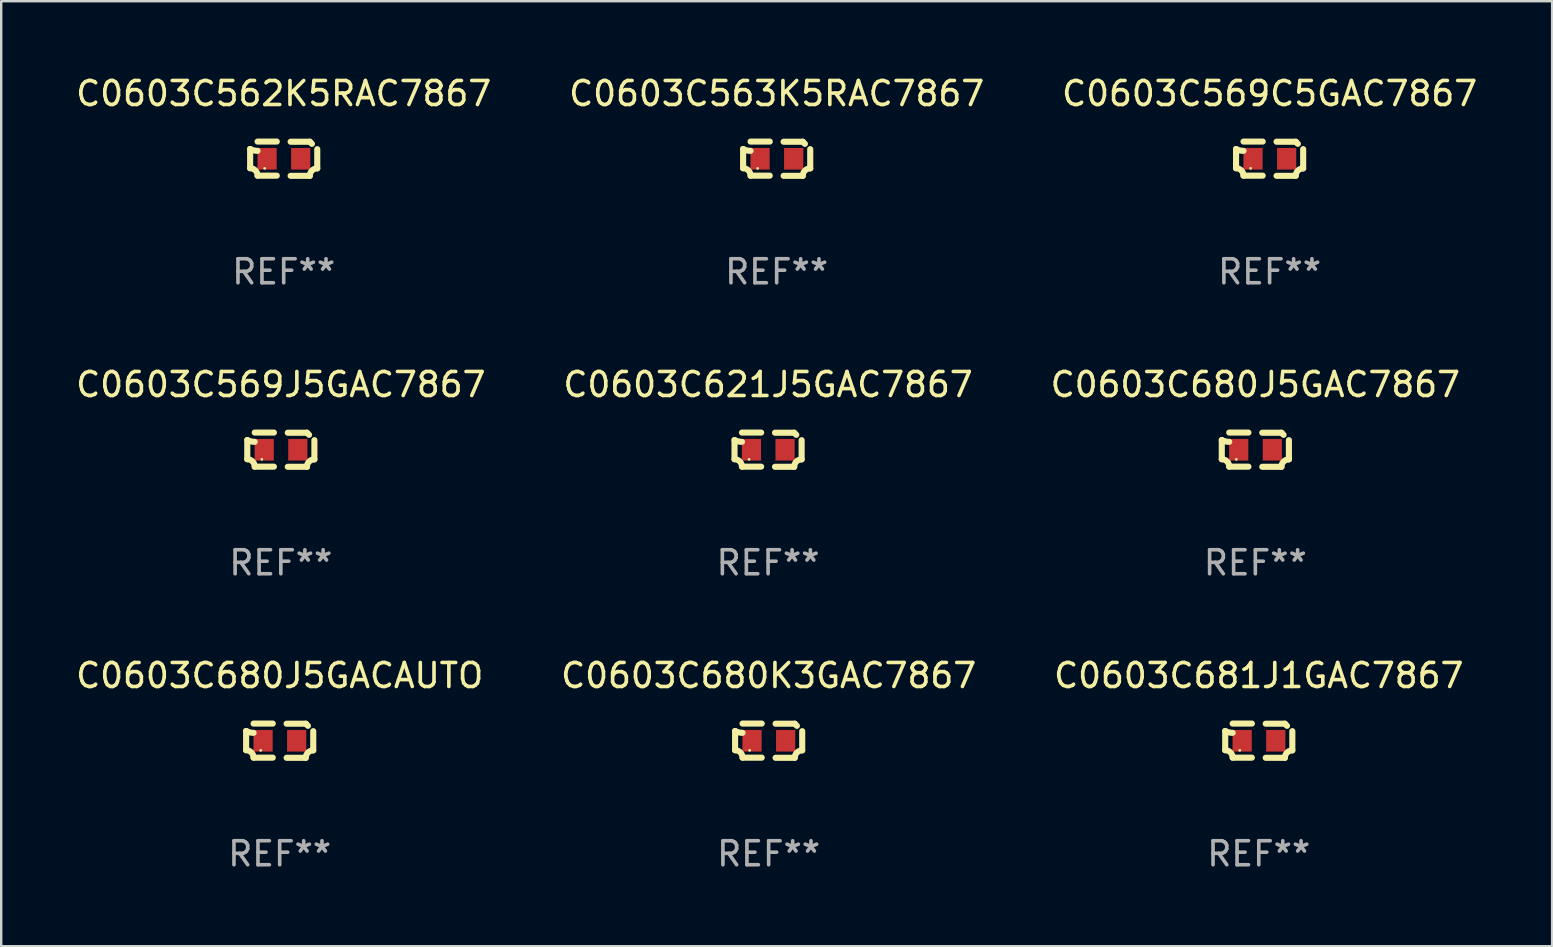
<source format=kicad_pcb>
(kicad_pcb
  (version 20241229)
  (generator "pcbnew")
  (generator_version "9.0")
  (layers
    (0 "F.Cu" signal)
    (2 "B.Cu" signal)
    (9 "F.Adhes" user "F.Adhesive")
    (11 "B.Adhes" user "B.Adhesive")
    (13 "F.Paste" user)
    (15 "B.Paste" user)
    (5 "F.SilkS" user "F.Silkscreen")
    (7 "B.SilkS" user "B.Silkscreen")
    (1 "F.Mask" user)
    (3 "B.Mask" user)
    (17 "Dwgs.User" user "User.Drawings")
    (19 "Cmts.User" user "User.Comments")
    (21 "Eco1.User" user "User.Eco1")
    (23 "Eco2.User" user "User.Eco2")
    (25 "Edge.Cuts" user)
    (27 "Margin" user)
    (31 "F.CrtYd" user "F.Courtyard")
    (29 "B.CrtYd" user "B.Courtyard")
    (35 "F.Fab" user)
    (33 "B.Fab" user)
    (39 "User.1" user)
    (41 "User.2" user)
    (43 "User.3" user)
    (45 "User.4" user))
  (footprint "C0603C569C5GAC7867"
    (layer "F.Cu")
    (at 49.839 3.561)
    (property "Reference" "C0603C569C5GAC7867" (at 0 -2.713 0) (layer "F.SilkS") (effects (font (size 1 1) (thickness 0.15))))
    (attr through_hole)
    (fp_line (start -1.398 -0.403) (end -1.398 0.397) (stroke (width 0.254) (type solid)) (layer "F.SilkS"))
    (fp_line (start -0.288 -0.713) (end -1.088 -0.713) (stroke (width 0.254) (type solid)) (layer "F.SilkS"))
    (fp_line (start -0.288 0.707) (end -1.088 0.707) (stroke (width 0.254) (type solid)) (layer "F.SilkS"))
    (fp_line (start 0.288 -0.707) (end 1.088 -0.707) (stroke (width 0.254) (type solid)) (layer "F.SilkS"))
    (fp_line (start 0.288 0.713) (end 1.088 0.713) (stroke (width 0.254) (type solid)) (layer "F.SilkS"))
    (fp_line (start 1.398 -0.397) (end 1.398 0.403) (stroke (width 0.254) (type solid)) (layer "F.SilkS"))
    (fp_arc (start -1.397789 0.397066) (mid -1.178701 0.487826) (end -1.08796 0.706922) (stroke (width 0.254001) (type solid)) (layer "F.SilkS"))
    (fp_arc (start -1.08796 -0.327176) (mid -1.247436 -0.346384) (end -1.39779 -0.402908) (stroke (width 0.254001) (type solid)) (layer "F.SilkS"))
    (fp_arc (start 1.087909 0.712738) (mid 1.178656 0.493655) (end 1.397739 0.402908) (stroke (width 0.254001) (type solid)) (layer "F.SilkS"))
    (fp_arc (start 1.175925 -0.618926) (mid 1.131917 -0.662923) (end 1.08791 -0.706922) (stroke (width 0.254001) (type solid)) (layer "F.SilkS"))
    (fp_circle (center -0.792 0.403) (end -0.762 0.403) (stroke (width 0.06) (type solid)) (fill no) (layer "F.SilkS"))
    (fp_text user "REF**" (at 0 4.713 0) (layer "F.Fab") (effects (font (size 1 1) (thickness 0.15))))
    (pad "1" smd rect (at -0.692 0.003) (size 0.8 0.9) (layers "F.Cu" "F.Mask" "F.Paste"))
    (pad "2" smd rect (at 0.708 0.003) (size 0.8 0.9) (layers "F.Cu" "F.Mask" "F.Paste")))
  (footprint "C0603C680J5GAC7867"
    (layer "F.Cu")
    (at 49.244 15.683)
    (property "Reference" "C0603C680J5GAC7867" (at 0 -2.713 0) (layer "F.SilkS") (effects (font (size 1 1) (thickness 0.15))))
    (attr through_hole)
    (fp_line (start -1.398 -0.403) (end -1.398 0.397) (stroke (width 0.254) (type solid)) (layer "F.SilkS"))
    (fp_line (start -0.288 -0.713) (end -1.088 -0.713) (stroke (width 0.254) (type solid)) (layer "F.SilkS"))
    (fp_line (start -0.288 0.707) (end -1.088 0.707) (stroke (width 0.254) (type solid)) (layer "F.SilkS"))
    (fp_line (start 0.288 -0.707) (end 1.088 -0.707) (stroke (width 0.254) (type solid)) (layer "F.SilkS"))
    (fp_line (start 0.288 0.713) (end 1.088 0.713) (stroke (width 0.254) (type solid)) (layer "F.SilkS"))
    (fp_line (start 1.398 -0.397) (end 1.398 0.403) (stroke (width 0.254) (type solid)) (layer "F.SilkS"))
    (fp_arc (start -1.397789 0.397066) (mid -1.178701 0.487826) (end -1.08796 0.706922) (stroke (width 0.254001) (type solid)) (layer "F.SilkS"))
    (fp_arc (start -1.08796 -0.327176) (mid -1.247436 -0.346384) (end -1.39779 -0.402908) (stroke (width 0.254001) (type solid)) (layer "F.SilkS"))
    (fp_arc (start 1.087909 0.712738) (mid 1.178656 0.493655) (end 1.397739 0.402908) (stroke (width 0.254001) (type solid)) (layer "F.SilkS"))
    (fp_arc (start 1.175925 -0.618926) (mid 1.131917 -0.662923) (end 1.08791 -0.706922) (stroke (width 0.254001) (type solid)) (layer "F.SilkS"))
    (fp_circle (center -0.792 0.403) (end -0.762 0.403) (stroke (width 0.06) (type solid)) (fill no) (layer "F.SilkS"))
    (fp_text user "REF**" (at 0 4.713 0) (layer "F.Fab") (effects (font (size 1 1) (thickness 0.15))))
    (pad "1" smd rect (at -0.692 0.003) (size 0.8 0.9) (layers "F.Cu" "F.Mask" "F.Paste"))
    (pad "2" smd rect (at 0.708 0.003) (size 0.8 0.9) (layers "F.Cu" "F.Mask" "F.Paste")))
  (footprint "C0603C569J5GAC7867"
    (layer "F.Cu")
    (at 8.649 15.683)
    (property "Reference" "C0603C569J5GAC7867" (at 0 -2.713 0) (layer "F.SilkS") (effects (font (size 1 1) (thickness 0.15))))
    (attr through_hole)
    (fp_line (start -1.398 -0.403) (end -1.398 0.397) (stroke (width 0.254) (type solid)) (layer "F.SilkS"))
    (fp_line (start -0.288 -0.713) (end -1.088 -0.713) (stroke (width 0.254) (type solid)) (layer "F.SilkS"))
    (fp_line (start -0.288 0.707) (end -1.088 0.707) (stroke (width 0.254) (type solid)) (layer "F.SilkS"))
    (fp_line (start 0.288 -0.707) (end 1.088 -0.707) (stroke (width 0.254) (type solid)) (layer "F.SilkS"))
    (fp_line (start 0.288 0.713) (end 1.088 0.713) (stroke (width 0.254) (type solid)) (layer "F.SilkS"))
    (fp_line (start 1.398 -0.397) (end 1.398 0.403) (stroke (width 0.254) (type solid)) (layer "F.SilkS"))
    (fp_arc (start -1.397789 0.397066) (mid -1.178701 0.487826) (end -1.08796 0.706922) (stroke (width 0.254001) (type solid)) (layer "F.SilkS"))
    (fp_arc (start -1.08796 -0.327176) (mid -1.247436 -0.346384) (end -1.39779 -0.402908) (stroke (width 0.254001) (type solid)) (layer "F.SilkS"))
    (fp_arc (start 1.087909 0.712738) (mid 1.178656 0.493655) (end 1.397739 0.402908) (stroke (width 0.254001) (type solid)) (layer "F.SilkS"))
    (fp_arc (start 1.175925 -0.618926) (mid 1.131917 -0.662923) (end 1.08791 -0.706922) (stroke (width 0.254001) (type solid)) (layer "F.SilkS"))
    (fp_circle (center -0.792 0.403) (end -0.762 0.403) (stroke (width 0.06) (type solid)) (fill no) (layer "F.SilkS"))
    (fp_text user "REF**" (at 0 4.713 0) (layer "F.Fab") (effects (font (size 1 1) (thickness 0.15))))
    (pad "1" smd rect (at -0.692 0.003) (size 0.8 0.9) (layers "F.Cu" "F.Mask" "F.Paste"))
    (pad "2" smd rect (at 0.708 0.003) (size 0.8 0.9) (layers "F.Cu" "F.Mask" "F.Paste")))
  (footprint "C0603C681J1GAC7867"
    (layer "F.Cu")
    (at 49.387 27.805)
    (property "Reference" "C0603C681J1GAC7867" (at 0 -2.713 0) (layer "F.SilkS") (effects (font (size 1 1) (thickness 0.15))))
    (attr through_hole)
    (fp_line (start -1.398 -0.403) (end -1.398 0.397) (stroke (width 0.254) (type solid)) (layer "F.SilkS"))
    (fp_line (start -0.288 -0.713) (end -1.088 -0.713) (stroke (width 0.254) (type solid)) (layer "F.SilkS"))
    (fp_line (start -0.288 0.707) (end -1.088 0.707) (stroke (width 0.254) (type solid)) (layer "F.SilkS"))
    (fp_line (start 0.288 -0.707) (end 1.088 -0.707) (stroke (width 0.254) (type solid)) (layer "F.SilkS"))
    (fp_line (start 0.288 0.713) (end 1.088 0.713) (stroke (width 0.254) (type solid)) (layer "F.SilkS"))
    (fp_line (start 1.398 -0.397) (end 1.398 0.403) (stroke (width 0.254) (type solid)) (layer "F.SilkS"))
    (fp_arc (start -1.397789 0.397066) (mid -1.178701 0.487826) (end -1.08796 0.706922) (stroke (width 0.254001) (type solid)) (layer "F.SilkS"))
    (fp_arc (start -1.08796 -0.327176) (mid -1.247436 -0.346384) (end -1.39779 -0.402908) (stroke (width 0.254001) (type solid)) (layer "F.SilkS"))
    (fp_arc (start 1.087909 0.712738) (mid 1.178656 0.493655) (end 1.397739 0.402908) (stroke (width 0.254001) (type solid)) (layer "F.SilkS"))
    (fp_arc (start 1.175925 -0.618926) (mid 1.131917 -0.662923) (end 1.08791 -0.706922) (stroke (width 0.254001) (type solid)) (layer "F.SilkS"))
    (fp_circle (center -0.792 0.403) (end -0.762 0.403) (stroke (width 0.06) (type solid)) (fill no) (layer "F.SilkS"))
    (fp_text user "REF**" (at 0 4.713 0) (layer "F.Fab") (effects (font (size 1 1) (thickness 0.15))))
    (pad "1" smd rect (at -0.692 0.003) (size 0.8 0.9) (layers "F.Cu" "F.Mask" "F.Paste"))
    (pad "2" smd rect (at 0.708 0.003) (size 0.8 0.9) (layers "F.Cu" "F.Mask" "F.Paste")))
  (footprint "C0603C680K3GAC7867"
    (layer "F.Cu")
    (at 28.97 27.805)
    (property "Reference" "C0603C680K3GAC7867" (at 0 -2.713 0) (layer "F.SilkS") (effects (font (size 1 1) (thickness 0.15))))
    (attr through_hole)
    (fp_line (start -1.398 -0.403) (end -1.398 0.397) (stroke (width 0.254) (type solid)) (layer "F.SilkS"))
    (fp_line (start -0.288 -0.713) (end -1.088 -0.713) (stroke (width 0.254) (type solid)) (layer "F.SilkS"))
    (fp_line (start -0.288 0.707) (end -1.088 0.707) (stroke (width 0.254) (type solid)) (layer "F.SilkS"))
    (fp_line (start 0.288 -0.707) (end 1.088 -0.707) (stroke (width 0.254) (type solid)) (layer "F.SilkS"))
    (fp_line (start 0.288 0.713) (end 1.088 0.713) (stroke (width 0.254) (type solid)) (layer "F.SilkS"))
    (fp_line (start 1.398 -0.397) (end 1.398 0.403) (stroke (width 0.254) (type solid)) (layer "F.SilkS"))
    (fp_arc (start -1.397789 0.397066) (mid -1.178701 0.487826) (end -1.08796 0.706922) (stroke (width 0.254001) (type solid)) (layer "F.SilkS"))
    (fp_arc (start -1.08796 -0.327176) (mid -1.247436 -0.346384) (end -1.39779 -0.402908) (stroke (width 0.254001) (type solid)) (layer "F.SilkS"))
    (fp_arc (start 1.087909 0.712738) (mid 1.178656 0.493655) (end 1.397739 0.402908) (stroke (width 0.254001) (type solid)) (layer "F.SilkS"))
    (fp_arc (start 1.175925 -0.618926) (mid 1.131917 -0.662923) (end 1.08791 -0.706922) (stroke (width 0.254001) (type solid)) (layer "F.SilkS"))
    (fp_circle (center -0.792 0.403) (end -0.762 0.403) (stroke (width 0.06) (type solid)) (fill no) (layer "F.SilkS"))
    (fp_text user "REF**" (at 0 4.713 0) (layer "F.Fab") (effects (font (size 1 1) (thickness 0.15))))
    (pad "1" smd rect (at -0.692 0.003) (size 0.8 0.9) (layers "F.Cu" "F.Mask" "F.Paste"))
    (pad "2" smd rect (at 0.708 0.003) (size 0.8 0.9) (layers "F.Cu" "F.Mask" "F.Paste")))
  (footprint "C0603C621J5GAC7867"
    (layer "F.Cu")
    (at 28.946 15.683)
    (property "Reference" "C0603C621J5GAC7867" (at 0 -2.713 0) (layer "F.SilkS") (effects (font (size 1 1) (thickness 0.15))))
    (attr through_hole)
    (fp_line (start -1.398 -0.403) (end -1.398 0.397) (stroke (width 0.254) (type solid)) (layer "F.SilkS"))
    (fp_line (start -0.288 -0.713) (end -1.088 -0.713) (stroke (width 0.254) (type solid)) (layer "F.SilkS"))
    (fp_line (start -0.288 0.707) (end -1.088 0.707) (stroke (width 0.254) (type solid)) (layer "F.SilkS"))
    (fp_line (start 0.288 -0.707) (end 1.088 -0.707) (stroke (width 0.254) (type solid)) (layer "F.SilkS"))
    (fp_line (start 0.288 0.713) (end 1.088 0.713) (stroke (width 0.254) (type solid)) (layer "F.SilkS"))
    (fp_line (start 1.398 -0.397) (end 1.398 0.403) (stroke (width 0.254) (type solid)) (layer "F.SilkS"))
    (fp_arc (start -1.397789 0.397066) (mid -1.178701 0.487826) (end -1.08796 0.706922) (stroke (width 0.254001) (type solid)) (layer "F.SilkS"))
    (fp_arc (start -1.08796 -0.327176) (mid -1.247436 -0.346384) (end -1.39779 -0.402908) (stroke (width 0.254001) (type solid)) (layer "F.SilkS"))
    (fp_arc (start 1.087909 0.712738) (mid 1.178656 0.493655) (end 1.397739 0.402908) (stroke (width 0.254001) (type solid)) (layer "F.SilkS"))
    (fp_arc (start 1.175925 -0.618926) (mid 1.131917 -0.662923) (end 1.08791 -0.706922) (stroke (width 0.254001) (type solid)) (layer "F.SilkS"))
    (fp_circle (center -0.792 0.403) (end -0.762 0.403) (stroke (width 0.06) (type solid)) (fill no) (layer "F.SilkS"))
    (fp_text user "REF**" (at 0 4.713 0) (layer "F.Fab") (effects (font (size 1 1) (thickness 0.15))))
    (pad "1" smd rect (at -0.692 0.003) (size 0.8 0.9) (layers "F.Cu" "F.Mask" "F.Paste"))
    (pad "2" smd rect (at 0.708 0.003) (size 0.8 0.9) (layers "F.Cu" "F.Mask" "F.Paste")))
  (footprint "C0603C562K5RAC7867"
    (layer "F.Cu")
    (at 8.768 3.561)
    (property "Reference" "C0603C562K5RAC7867" (at 0 -2.713 0) (layer "F.SilkS") (effects (font (size 1 1) (thickness 0.15))))
    (attr through_hole)
    (fp_line (start -1.398 -0.403) (end -1.398 0.397) (stroke (width 0.254) (type solid)) (layer "F.SilkS"))
    (fp_line (start -0.288 -0.713) (end -1.088 -0.713) (stroke (width 0.254) (type solid)) (layer "F.SilkS"))
    (fp_line (start -0.288 0.707) (end -1.088 0.707) (stroke (width 0.254) (type solid)) (layer "F.SilkS"))
    (fp_line (start 0.288 -0.707) (end 1.088 -0.707) (stroke (width 0.254) (type solid)) (layer "F.SilkS"))
    (fp_line (start 0.288 0.713) (end 1.088 0.713) (stroke (width 0.254) (type solid)) (layer "F.SilkS"))
    (fp_line (start 1.398 -0.397) (end 1.398 0.403) (stroke (width 0.254) (type solid)) (layer "F.SilkS"))
    (fp_arc (start -1.397789 0.397066) (mid -1.178701 0.487826) (end -1.08796 0.706922) (stroke (width 0.254001) (type solid)) (layer "F.SilkS"))
    (fp_arc (start -1.08796 -0.327176) (mid -1.247436 -0.346384) (end -1.39779 -0.402908) (stroke (width 0.254001) (type solid)) (layer "F.SilkS"))
    (fp_arc (start 1.087909 0.712738) (mid 1.178656 0.493655) (end 1.397739 0.402908) (stroke (width 0.254001) (type solid)) (layer "F.SilkS"))
    (fp_arc (start 1.175925 -0.618926) (mid 1.131917 -0.662923) (end 1.08791 -0.706922) (stroke (width 0.254001) (type solid)) (layer "F.SilkS"))
    (fp_circle (center -0.792 0.403) (end -0.762 0.403) (stroke (width 0.06) (type solid)) (fill no) (layer "F.SilkS"))
    (fp_text user "REF**" (at 0 4.713 0) (layer "F.Fab") (effects (font (size 1 1) (thickness 0.15))))
    (pad "1" smd rect (at -0.692 0.003) (size 0.8 0.9) (layers "F.Cu" "F.Mask" "F.Paste"))
    (pad "2" smd rect (at 0.708 0.003) (size 0.8 0.9) (layers "F.Cu" "F.Mask" "F.Paste")))
  (footprint "C0603C680J5GACAUTO"
    (layer "F.Cu")
    (at 8.601 27.805)
    (property "Reference" "C0603C680J5GACAUTO" (at 0 -2.713 0) (layer "F.SilkS") (effects (font (size 1 1) (thickness 0.15))))
    (attr through_hole)
    (fp_line (start -1.398 -0.403) (end -1.398 0.397) (stroke (width 0.254) (type solid)) (layer "F.SilkS"))
    (fp_line (start -0.288 -0.713) (end -1.088 -0.713) (stroke (width 0.254) (type solid)) (layer "F.SilkS"))
    (fp_line (start -0.288 0.707) (end -1.088 0.707) (stroke (width 0.254) (type solid)) (layer "F.SilkS"))
    (fp_line (start 0.288 -0.707) (end 1.088 -0.707) (stroke (width 0.254) (type solid)) (layer "F.SilkS"))
    (fp_line (start 0.288 0.713) (end 1.088 0.713) (stroke (width 0.254) (type solid)) (layer "F.SilkS"))
    (fp_line (start 1.398 -0.397) (end 1.398 0.403) (stroke (width 0.254) (type solid)) (layer "F.SilkS"))
    (fp_arc (start -1.397789 0.397066) (mid -1.178701 0.487826) (end -1.08796 0.706922) (stroke (width 0.254001) (type solid)) (layer "F.SilkS"))
    (fp_arc (start -1.08796 -0.327176) (mid -1.247436 -0.346384) (end -1.39779 -0.402908) (stroke (width 0.254001) (type solid)) (layer "F.SilkS"))
    (fp_arc (start 1.087909 0.712738) (mid 1.178656 0.493655) (end 1.397739 0.402908) (stroke (width 0.254001) (type solid)) (layer "F.SilkS"))
    (fp_arc (start 1.175925 -0.618926) (mid 1.131917 -0.662923) (end 1.08791 -0.706922) (stroke (width 0.254001) (type solid)) (layer "F.SilkS"))
    (fp_circle (center -0.792 0.403) (end -0.762 0.403) (stroke (width 0.06) (type solid)) (fill no) (layer "F.SilkS"))
    (fp_text user "REF**" (at 0 4.713 0) (layer "F.Fab") (effects (font (size 1 1) (thickness 0.15))))
    (pad "1" smd rect (at -0.692 0.003) (size 0.8 0.9) (layers "F.Cu" "F.Mask" "F.Paste"))
    (pad "2" smd rect (at 0.708 0.003) (size 0.8 0.9) (layers "F.Cu" "F.Mask" "F.Paste")))
  (footprint "C0603C563K5RAC7867"
    (layer "F.Cu")
    (at 29.304 3.561)
    (property "Reference" "C0603C563K5RAC7867" (at 0 -2.713 0) (layer "F.SilkS") (effects (font (size 1 1) (thickness 0.15))))
    (attr through_hole)
    (fp_line (start -1.398 -0.403) (end -1.398 0.397) (stroke (width 0.254) (type solid)) (layer "F.SilkS"))
    (fp_line (start -0.288 -0.713) (end -1.088 -0.713) (stroke (width 0.254) (type solid)) (layer "F.SilkS"))
    (fp_line (start -0.288 0.707) (end -1.088 0.707) (stroke (width 0.254) (type solid)) (layer "F.SilkS"))
    (fp_line (start 0.288 -0.707) (end 1.088 -0.707) (stroke (width 0.254) (type solid)) (layer "F.SilkS"))
    (fp_line (start 0.288 0.713) (end 1.088 0.713) (stroke (width 0.254) (type solid)) (layer "F.SilkS"))
    (fp_line (start 1.398 -0.397) (end 1.398 0.403) (stroke (width 0.254) (type solid)) (layer "F.SilkS"))
    (fp_arc (start -1.397789 0.397066) (mid -1.178701 0.487826) (end -1.08796 0.706922) (stroke (width 0.254001) (type solid)) (layer "F.SilkS"))
    (fp_arc (start -1.08796 -0.327176) (mid -1.247436 -0.346384) (end -1.39779 -0.402908) (stroke (width 0.254001) (type solid)) (layer "F.SilkS"))
    (fp_arc (start 1.087909 0.712738) (mid 1.178656 0.493655) (end 1.397739 0.402908) (stroke (width 0.254001) (type solid)) (layer "F.SilkS"))
    (fp_arc (start 1.175925 -0.618926) (mid 1.131917 -0.662923) (end 1.08791 -0.706922) (stroke (width 0.254001) (type solid)) (layer "F.SilkS"))
    (fp_circle (center -0.792 0.403) (end -0.762 0.403) (stroke (width 0.06) (type solid)) (fill no) (layer "F.SilkS"))
    (fp_text user "REF**" (at 0 4.713 0) (layer "F.Fab") (effects (font (size 1 1) (thickness 0.15))))
    (pad "1" smd rect (at -0.692 0.003) (size 0.8 0.9) (layers "F.Cu" "F.Mask" "F.Paste"))
    (pad "2" smd rect (at 0.708 0.003) (size 0.8 0.9) (layers "F.Cu" "F.Mask" "F.Paste")))
  (gr_rect
    (start -3 -3)
    (end 61.607 36.366)
    (stroke (width 0.1) (type default))
    (fill no)
    (layer "Edge.Cuts")))
</source>
